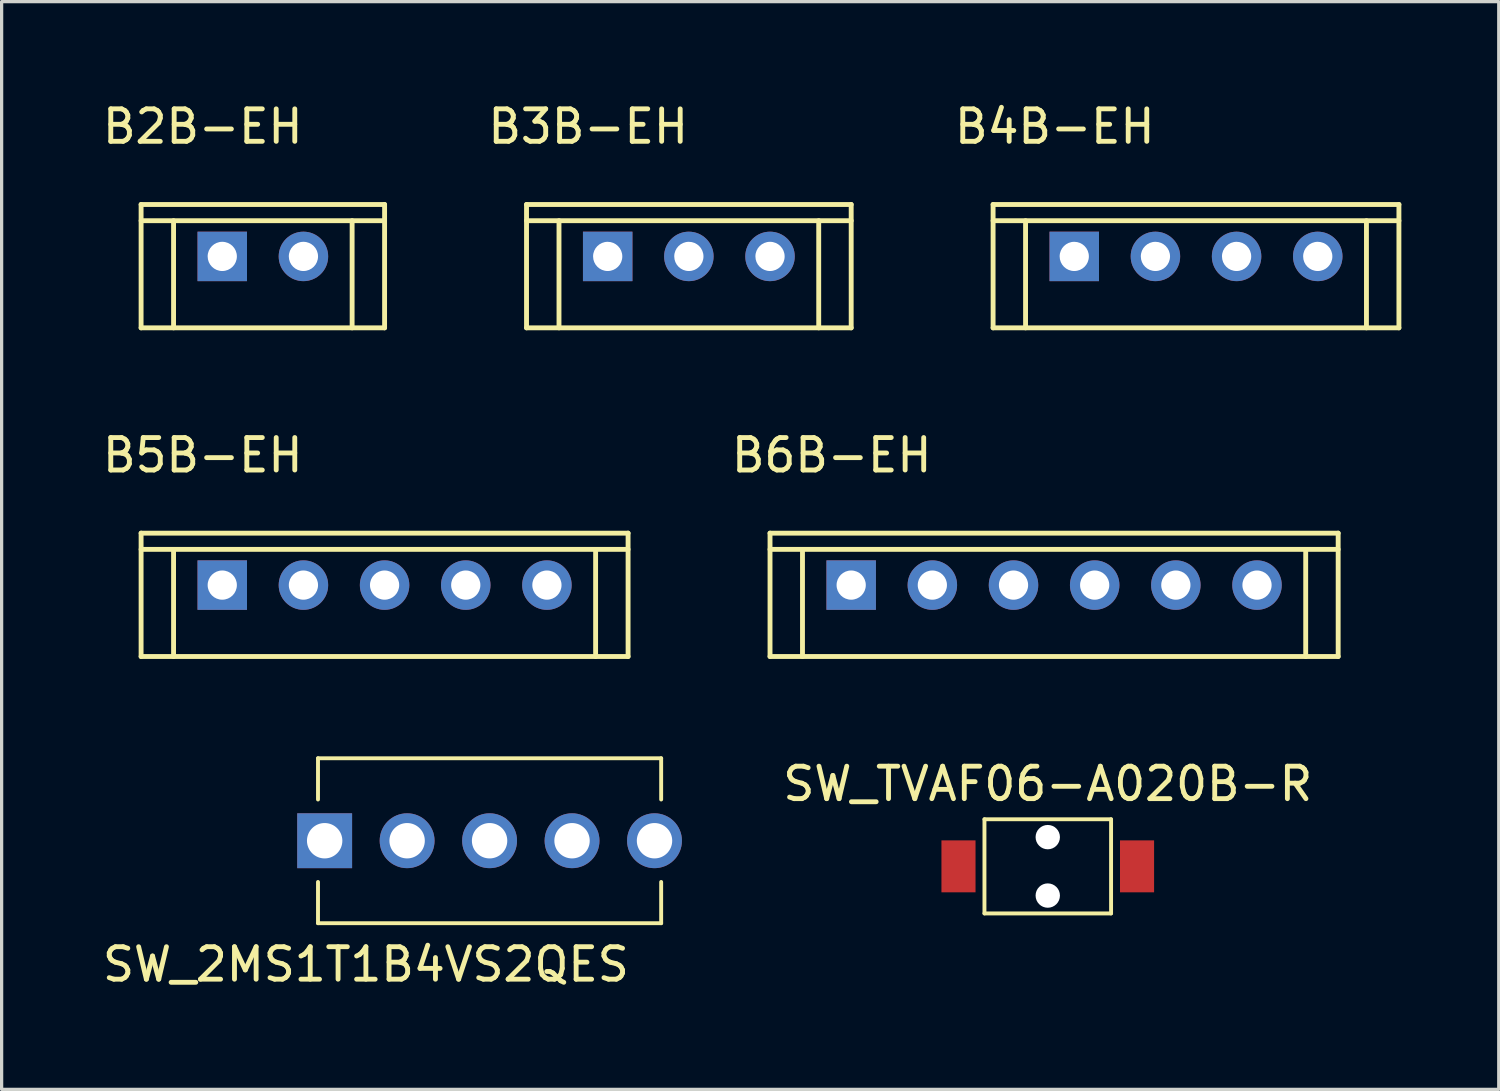
<source format=kicad_pcb>
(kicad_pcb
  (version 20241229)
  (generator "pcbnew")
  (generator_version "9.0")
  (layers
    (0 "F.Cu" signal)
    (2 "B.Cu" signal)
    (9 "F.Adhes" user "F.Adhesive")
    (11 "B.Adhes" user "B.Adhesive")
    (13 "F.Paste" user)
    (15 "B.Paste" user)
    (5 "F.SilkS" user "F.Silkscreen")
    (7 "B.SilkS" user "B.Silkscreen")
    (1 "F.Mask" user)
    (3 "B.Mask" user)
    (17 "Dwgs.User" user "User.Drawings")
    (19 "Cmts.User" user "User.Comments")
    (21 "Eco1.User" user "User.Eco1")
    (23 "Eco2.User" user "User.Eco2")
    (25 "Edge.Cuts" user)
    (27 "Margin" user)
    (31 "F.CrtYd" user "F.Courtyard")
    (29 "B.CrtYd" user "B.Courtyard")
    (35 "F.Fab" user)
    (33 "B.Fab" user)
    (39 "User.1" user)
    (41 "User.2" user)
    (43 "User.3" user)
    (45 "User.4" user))
  (footprint "SW_TVAF06-A020B-R"
    (layer "F.Cu")
    (at 29.223 23.635)
    (property "Reference" "SW_TVAF06-A020B-R" (at 0 -2.54 0) (layer "F.SilkS") (effects (font (size 1 1) (thickness 0.15))))
    (attr through_hole)
    (fp_line (start -1.95 -1.45) (end 1.95 -1.45) (stroke (width 0.12) (type solid)) (layer "F.SilkS"))
    (fp_line (start -1.95 1.45) (end -1.95 -1.45) (stroke (width 0.12) (type solid)) (layer "F.SilkS"))
    (fp_line (start 1.95 -1.45) (end 1.95 1.45) (stroke (width 0.12) (type solid)) (layer "F.SilkS"))
    (fp_line (start 1.95 1.45) (end -1.95 1.45) (stroke (width 0.12) (type solid)) (layer "F.SilkS"))
    (pad "" np_thru_hole circle (at 0 -0.9) (size 0.75 0.75) (drill 0.75) (layers "*.Cu" "*.Mask"))
    (pad "" np_thru_hole circle (at 0 0.9) (size 0.75 0.75) (drill 0.75) (layers "*.Cu" "*.Mask"))
    (pad "1" smd rect (at -2.75 0) (size 1.05 1.6) (layers "F.Cu" "F.Mask" "F.Paste"))
    (pad "2" smd rect (at 2.75 0) (size 1.05 1.6) (layers "F.Cu" "F.Mask" "F.Paste")))
  (footprint "B4B-EH"
    (layer "F.Cu")
    (at 30.039 4.848)
    (property "Reference" "B4B-EH" (at -0.6 -4 0) (layer "F.SilkS") (effects (font (size 1 1) (thickness 0.15))))
    (attr through_hole)
    (fp_line (start -2.5 -1.6) (end 10 -1.6) (stroke (width 0.15) (type solid)) (layer "F.SilkS"))
    (fp_line (start -2.5 -1.1) (end 10 -1.1) (stroke (width 0.15) (type solid)) (layer "F.SilkS"))
    (fp_line (start -2.5 2.2) (end -2.5 -1.6) (stroke (width 0.15) (type solid)) (layer "F.SilkS"))
    (fp_line (start -1.5 2.2) (end -1.5 -1.1) (stroke (width 0.15) (type solid)) (layer "F.SilkS"))
    (fp_line (start 9 -1.1) (end 9 2.2) (stroke (width 0.15) (type solid)) (layer "F.SilkS"))
    (fp_line (start 10 -1.6) (end 10 2.2) (stroke (width 0.15) (type solid)) (layer "F.SilkS"))
    (fp_line (start 10 2.2) (end -2.5 2.2) (stroke (width 0.15) (type solid)) (layer "F.SilkS"))
    (pad "1" thru_hole rect (at 0 0) (size 1.524 1.524) (drill 0.9) (layers "*.Cu" "*.Mask"))
    (pad "2" thru_hole circle (at 2.5 0) (size 1.524 1.524) (drill 0.9) (layers "*.Cu" "*.Mask"))
    (pad "3" thru_hole circle (at 5 0) (size 1.524 1.524) (drill 0.9) (layers "*.Cu" "*.Mask"))
    (pad "4" thru_hole circle (at 7.5 0) (size 1.524 1.524) (drill 0.9) (layers "*.Cu" "*.Mask")))
  (footprint "B5B-EH"
    (layer "F.Cu")
    (at 3.796 14.972)
    (property "Reference" "B5B-EH" (at -0.6 -4 0) (layer "F.SilkS") (effects (font (size 1 1) (thickness 0.15))))
    (attr through_hole)
    (fp_line (start -2.5 -1.6) (end 12.5 -1.6) (stroke (width 0.15) (type solid)) (layer "F.SilkS"))
    (fp_line (start -2.5 -1.1) (end 12.5 -1.1) (stroke (width 0.15) (type solid)) (layer "F.SilkS"))
    (fp_line (start -2.5 2.2) (end -2.5 -1.6) (stroke (width 0.15) (type solid)) (layer "F.SilkS"))
    (fp_line (start -1.5 2.2) (end -1.5 -1.1) (stroke (width 0.15) (type solid)) (layer "F.SilkS"))
    (fp_line (start 11.5 -1.1) (end 11.5 2.2) (stroke (width 0.15) (type solid)) (layer "F.SilkS"))
    (fp_line (start 12.5 -1.6) (end 12.5 2.2) (stroke (width 0.15) (type solid)) (layer "F.SilkS"))
    (fp_line (start 12.5 2.2) (end -2.5 2.2) (stroke (width 0.15) (type solid)) (layer "F.SilkS"))
    (pad "1" thru_hole rect (at 0 0) (size 1.524 1.524) (drill 0.9) (layers "*.Cu" "*.Mask"))
    (pad "2" thru_hole circle (at 2.5 0) (size 1.524 1.524) (drill 0.9) (layers "*.Cu" "*.Mask"))
    (pad "3" thru_hole circle (at 5 0) (size 1.524 1.524) (drill 0.9) (layers "*.Cu" "*.Mask"))
    (pad "4" thru_hole circle (at 7.5 0) (size 1.524 1.524) (drill 0.9) (layers "*.Cu" "*.Mask"))
    (pad "5" thru_hole circle (at 10 0) (size 1.524 1.524) (drill 0.9) (layers "*.Cu" "*.Mask")))
  (footprint "B3B-EH"
    (layer "F.Cu")
    (at 15.668 4.848)
    (property "Reference" "B3B-EH" (at -0.6 -4 0) (layer "F.SilkS") (effects (font (size 1 1) (thickness 0.15))))
    (attr through_hole)
    (fp_line (start -2.5 -1.6) (end 7.5 -1.6) (stroke (width 0.15) (type solid)) (layer "F.SilkS"))
    (fp_line (start -2.5 -1.1) (end 7.5 -1.1) (stroke (width 0.15) (type solid)) (layer "F.SilkS"))
    (fp_line (start -2.5 2.2) (end -2.5 -1.6) (stroke (width 0.15) (type solid)) (layer "F.SilkS"))
    (fp_line (start -1.5 2.2) (end -1.5 -1.1) (stroke (width 0.15) (type solid)) (layer "F.SilkS"))
    (fp_line (start 6.5 -1.1) (end 6.5 2.2) (stroke (width 0.15) (type solid)) (layer "F.SilkS"))
    (fp_line (start 7.5 -1.6) (end 7.5 2.2) (stroke (width 0.15) (type solid)) (layer "F.SilkS"))
    (fp_line (start 7.5 2.2) (end -2.5 2.2) (stroke (width 0.15) (type solid)) (layer "F.SilkS"))
    (pad "1" thru_hole rect (at 0 0) (size 1.524 1.524) (drill 0.9) (layers "*.Cu" "*.Mask"))
    (pad "2" thru_hole circle (at 2.5 0) (size 1.524 1.524) (drill 0.9) (layers "*.Cu" "*.Mask"))
    (pad "3" thru_hole circle (at 5 0) (size 1.524 1.524) (drill 0.9) (layers "*.Cu" "*.Mask")))
  (footprint "B6B-EH"
    (layer "F.Cu")
    (at 23.168 14.972)
    (property "Reference" "B6B-EH" (at -0.6 -4 0) (layer "F.SilkS") (effects (font (size 1 1) (thickness 0.15))))
    (attr through_hole)
    (fp_line (start -2.5 -1.6) (end 15 -1.6) (stroke (width 0.15) (type solid)) (layer "F.SilkS"))
    (fp_line (start -2.5 -1.1) (end 15 -1.1) (stroke (width 0.15) (type solid)) (layer "F.SilkS"))
    (fp_line (start -2.5 2.2) (end -2.5 -1.6) (stroke (width 0.15) (type solid)) (layer "F.SilkS"))
    (fp_line (start -1.5 2.2) (end -1.5 -1.1) (stroke (width 0.15) (type solid)) (layer "F.SilkS"))
    (fp_line (start 14 -1.1) (end 14 2.2) (stroke (width 0.15) (type solid)) (layer "F.SilkS"))
    (fp_line (start 15 -1.6) (end 15 2.2) (stroke (width 0.15) (type solid)) (layer "F.SilkS"))
    (fp_line (start 15 2.2) (end -2.5 2.2) (stroke (width 0.15) (type solid)) (layer "F.SilkS"))
    (pad "1" thru_hole rect (at 0 0) (size 1.524 1.524) (drill 0.9) (layers "*.Cu" "*.Mask"))
    (pad "2" thru_hole circle (at 2.5 0) (size 1.524 1.524) (drill 0.9) (layers "*.Cu" "*.Mask"))
    (pad "3" thru_hole circle (at 5 0) (size 1.524 1.524) (drill 0.9) (layers "*.Cu" "*.Mask"))
    (pad "4" thru_hole circle (at 7.5 0) (size 1.524 1.524) (drill 0.9) (layers "*.Cu" "*.Mask"))
    (pad "5" thru_hole circle (at 10 0) (size 1.524 1.524) (drill 0.9) (layers "*.Cu" "*.Mask"))
    (pad "6" thru_hole circle (at 12.5 0) (size 1.524 1.524) (drill 0.9) (layers "*.Cu" "*.Mask")))
  (footprint "SW_2MS1T1B4VS2QES"
    (layer "F.Cu")
    (at 6.95 22.846)
    (property "Reference" "SW_2MS1T1B4VS2QES" (at 1.27 3.81 0) (layer "F.SilkS") (effects (font (size 1 1) (thickness 0.15))))
    (attr through_hole)
    (fp_line (start -0.205 -2.54) (end -0.205 -1.27) (stroke (width 0.12) (type solid)) (layer "F.SilkS"))
    (fp_line (start -0.205 2.54) (end -0.205 1.27) (stroke (width 0.12) (type solid)) (layer "F.SilkS"))
    (fp_line (start -0.205 2.54) (end 10.365 2.54) (stroke (width 0.12) (type solid)) (layer "F.SilkS"))
    (fp_line (start 10.365 -2.54) (end -0.205 -2.54) (stroke (width 0.12) (type solid)) (layer "F.SilkS"))
    (fp_line (start 10.365 -2.54) (end 10.365 -1.27) (stroke (width 0.12) (type solid)) (layer "F.SilkS"))
    (fp_line (start 10.365 2.54) (end 10.365 1.27) (stroke (width 0.12) (type solid)) (layer "F.SilkS"))
    (pad "1" thru_hole rect (at 0 0) (size 1.69 1.69) (drill 1.09) (layers "*.Cu" "*.Mask"))
    (pad "2" thru_hole circle (at 2.54 0) (size 1.69 1.69) (drill 1.09) (layers "*.Cu" "*.Mask"))
    (pad "3" thru_hole circle (at 5.08 0) (size 1.69 1.69) (drill 1.09) (layers "*.Cu" "*.Mask"))
    (pad "4" thru_hole circle (at 7.62 0) (size 1.69 1.69) (drill 1.09) (layers "*.Cu" "*.Mask"))
    (pad "5" thru_hole circle (at 10.16 0) (size 1.69 1.69) (drill 1.09) (layers "*.Cu" "*.Mask")))
  (footprint "B2B-EH"
    (layer "F.Cu")
    (at 3.796 4.848)
    (property "Reference" "B2B-EH" (at -0.6 -4 0) (layer "F.SilkS") (effects (font (size 1 1) (thickness 0.15))))
    (attr through_hole)
    (fp_line (start -2.5 -1.6) (end 5 -1.6) (stroke (width 0.15) (type solid)) (layer "F.SilkS"))
    (fp_line (start -2.5 -1.1) (end 5 -1.1) (stroke (width 0.15) (type solid)) (layer "F.SilkS"))
    (fp_line (start -2.5 2.2) (end -2.5 -1.6) (stroke (width 0.15) (type solid)) (layer "F.SilkS"))
    (fp_line (start -1.5 2.2) (end -1.5 -1.1) (stroke (width 0.15) (type solid)) (layer "F.SilkS"))
    (fp_line (start 4 -1.1) (end 4 2.2) (stroke (width 0.15) (type solid)) (layer "F.SilkS"))
    (fp_line (start 5 -1.6) (end 5 2.2) (stroke (width 0.15) (type solid)) (layer "F.SilkS"))
    (fp_line (start 5 2.2) (end -2.5 2.2) (stroke (width 0.15) (type solid)) (layer "F.SilkS"))
    (pad "1" thru_hole rect (at 0 0) (size 1.524 1.524) (drill 0.9) (layers "*.Cu" "*.Mask"))
    (pad "2" thru_hole circle (at 2.5 0) (size 1.524 1.524) (drill 0.9) (layers "*.Cu" "*.Mask")))
  (gr_rect
    (start -3 -3)
    (end 43.114 30.505)
    (stroke (width 0.1) (type default))
    (fill no)
    (layer "Edge.Cuts")))
</source>
